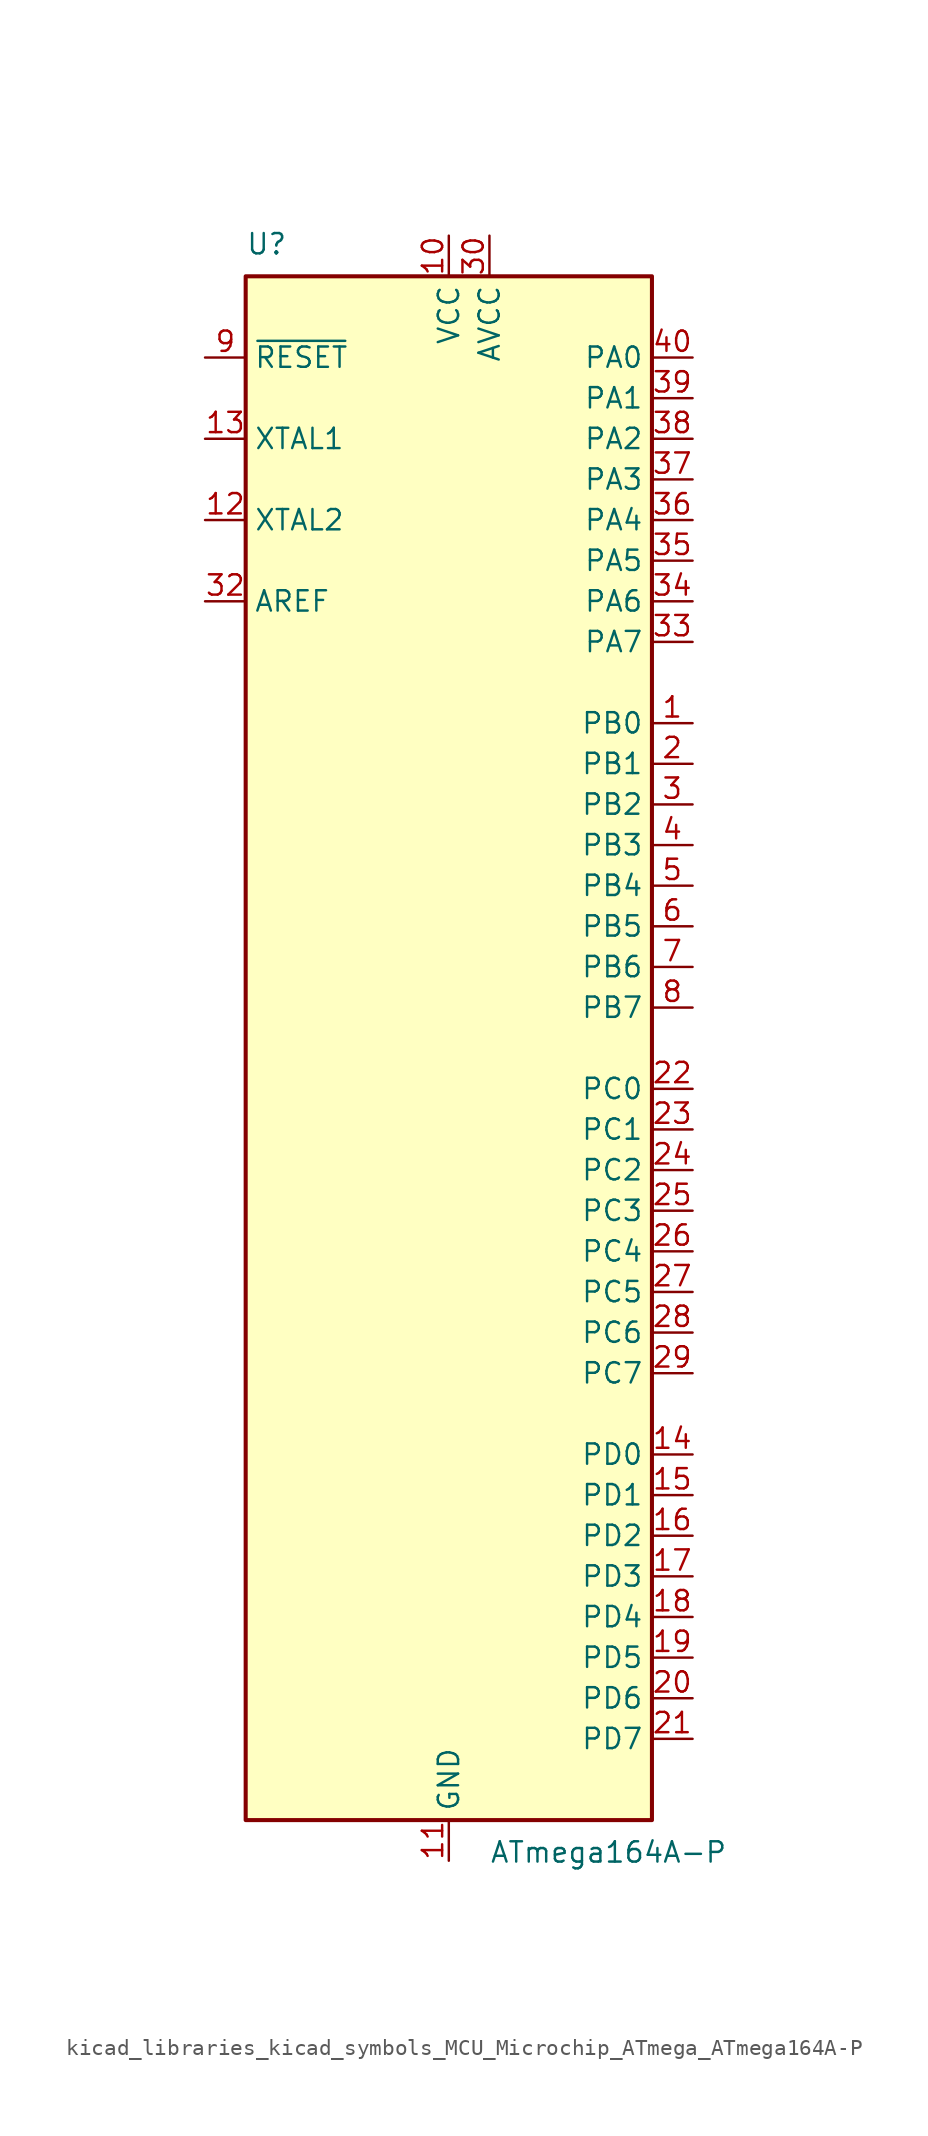
<source format=kicad_sym>
(kicad_symbol_lib
  (version 20220914)
  (generator kicad_symbol_editor)
  (symbol "kicad_libraries_kicad_symbols_MCU_Microchip_ATmega_ATmega164A-P"
    (property "Reference" "U"
      (at -12.7 49.53 0)
      (effects (font (size 1.27 1.27)) (justify left bottom)))
    (property "Value" "ATmega164A-P"
      (at 2.54 -49.53 0)
      (effects (font (size 1.27 1.27)) (justify left top)))
    (symbol "kicad_libraries_kicad_symbols_MCU_Microchip_ATmega_ATmega164A-P_0_1"
      (rectangle (start -12.7 -48.26) (end 12.7 48.26) (stroke (width 0.254) (type default)) (fill (type background))))
    (symbol "kicad_libraries_kicad_symbols_MCU_Microchip_ATmega_ATmega164A-P_1_1"
      (pin bidirectional line (at 15.24 20.32 180) (length 2.54) (name "PB0" (effects (font (size 1.27 1.27)))) (number "1" (effects (font (size 1.27 1.27)))))
      (pin power_in line (at 0 50.8 270) (length 2.54) (name "VCC" (effects (font (size 1.27 1.27)))) (number "10" (effects (font (size 1.27 1.27)))))
      (pin power_in line (at 0 -50.8 90) (length 2.54) (name "GND" (effects (font (size 1.27 1.27)))) (number "11" (effects (font (size 1.27 1.27)))))
      (pin output line (at -15.24 33.02 0) (length 2.54) (name "XTAL2" (effects (font (size 1.27 1.27)))) (number "12" (effects (font (size 1.27 1.27)))))
      (pin input line (at -15.24 38.1 0) (length 2.54) (name "XTAL1" (effects (font (size 1.27 1.27)))) (number "13" (effects (font (size 1.27 1.27)))))
      (pin bidirectional line (at 15.24 -25.4 180) (length 2.54) (name "PD0" (effects (font (size 1.27 1.27)))) (number "14" (effects (font (size 1.27 1.27)))))
      (pin bidirectional line (at 15.24 -27.94 180) (length 2.54) (name "PD1" (effects (font (size 1.27 1.27)))) (number "15" (effects (font (size 1.27 1.27)))))
      (pin bidirectional line (at 15.24 -30.48 180) (length 2.54) (name "PD2" (effects (font (size 1.27 1.27)))) (number "16" (effects (font (size 1.27 1.27)))))
      (pin bidirectional line (at 15.24 -33.02 180) (length 2.54) (name "PD3" (effects (font (size 1.27 1.27)))) (number "17" (effects (font (size 1.27 1.27)))))
      (pin bidirectional line (at 15.24 -35.56 180) (length 2.54) (name "PD4" (effects (font (size 1.27 1.27)))) (number "18" (effects (font (size 1.27 1.27)))))
      (pin bidirectional line (at 15.24 -38.1 180) (length 2.54) (name "PD5" (effects (font (size 1.27 1.27)))) (number "19" (effects (font (size 1.27 1.27)))))
      (pin bidirectional line (at 15.24 17.78 180) (length 2.54) (name "PB1" (effects (font (size 1.27 1.27)))) (number "2" (effects (font (size 1.27 1.27)))))
      (pin bidirectional line (at 15.24 -40.64 180) (length 2.54) (name "PD6" (effects (font (size 1.27 1.27)))) (number "20" (effects (font (size 1.27 1.27)))))
      (pin bidirectional line (at 15.24 -43.18 180) (length 2.54) (name "PD7" (effects (font (size 1.27 1.27)))) (number "21" (effects (font (size 1.27 1.27)))))
      (pin bidirectional line (at 15.24 -2.54 180) (length 2.54) (name "PC0" (effects (font (size 1.27 1.27)))) (number "22" (effects (font (size 1.27 1.27)))))
      (pin bidirectional line (at 15.24 -5.08 180) (length 2.54) (name "PC1" (effects (font (size 1.27 1.27)))) (number "23" (effects (font (size 1.27 1.27)))))
      (pin bidirectional line (at 15.24 -7.62 180) (length 2.54) (name "PC2" (effects (font (size 1.27 1.27)))) (number "24" (effects (font (size 1.27 1.27)))))
      (pin bidirectional line (at 15.24 -10.16 180) (length 2.54) (name "PC3" (effects (font (size 1.27 1.27)))) (number "25" (effects (font (size 1.27 1.27)))))
      (pin bidirectional line (at 15.24 -12.7 180) (length 2.54) (name "PC4" (effects (font (size 1.27 1.27)))) (number "26" (effects (font (size 1.27 1.27)))))
      (pin bidirectional line (at 15.24 -15.24 180) (length 2.54) (name "PC5" (effects (font (size 1.27 1.27)))) (number "27" (effects (font (size 1.27 1.27)))))
      (pin bidirectional line (at 15.24 -17.78 180) (length 2.54) (name "PC6" (effects (font (size 1.27 1.27)))) (number "28" (effects (font (size 1.27 1.27)))))
      (pin bidirectional line (at 15.24 -20.32 180) (length 2.54) (name "PC7" (effects (font (size 1.27 1.27)))) (number "29" (effects (font (size 1.27 1.27)))))
      (pin bidirectional line (at 15.24 15.24 180) (length 2.54) (name "PB2" (effects (font (size 1.27 1.27)))) (number "3" (effects (font (size 1.27 1.27)))))
      (pin power_in line (at 2.54 50.8 270) (length 2.54) (name "AVCC" (effects (font (size 1.27 1.27)))) (number "30" (effects (font (size 1.27 1.27)))))
      (pin passive line (at 0 -50.8 90) (length 2.54) hide (name "GND" (effects (font (size 1.27 1.27)))) (number "31" (effects (font (size 1.27 1.27)))))
      (pin passive line (at -15.24 27.94 0) (length 2.54) (name "AREF" (effects (font (size 1.27 1.27)))) (number "32" (effects (font (size 1.27 1.27)))))
      (pin bidirectional line (at 15.24 25.4 180) (length 2.54) (name "PA7" (effects (font (size 1.27 1.27)))) (number "33" (effects (font (size 1.27 1.27)))))
      (pin bidirectional line (at 15.24 27.94 180) (length 2.54) (name "PA6" (effects (font (size 1.27 1.27)))) (number "34" (effects (font (size 1.27 1.27)))))
      (pin bidirectional line (at 15.24 30.48 180) (length 2.54) (name "PA5" (effects (font (size 1.27 1.27)))) (number "35" (effects (font (size 1.27 1.27)))))
      (pin bidirectional line (at 15.24 33.02 180) (length 2.54) (name "PA4" (effects (font (size 1.27 1.27)))) (number "36" (effects (font (size 1.27 1.27)))))
      (pin bidirectional line (at 15.24 35.56 180) (length 2.54) (name "PA3" (effects (font (size 1.27 1.27)))) (number "37" (effects (font (size 1.27 1.27)))))
      (pin bidirectional line (at 15.24 38.1 180) (length 2.54) (name "PA2" (effects (font (size 1.27 1.27)))) (number "38" (effects (font (size 1.27 1.27)))))
      (pin bidirectional line (at 15.24 40.64 180) (length 2.54) (name "PA1" (effects (font (size 1.27 1.27)))) (number "39" (effects (font (size 1.27 1.27)))))
      (pin bidirectional line (at 15.24 12.7 180) (length 2.54) (name "PB3" (effects (font (size 1.27 1.27)))) (number "4" (effects (font (size 1.27 1.27)))))
      (pin bidirectional line (at 15.24 43.18 180) (length 2.54) (name "PA0" (effects (font (size 1.27 1.27)))) (number "40" (effects (font (size 1.27 1.27)))))
      (pin bidirectional line (at 15.24 10.16 180) (length 2.54) (name "PB4" (effects (font (size 1.27 1.27)))) (number "5" (effects (font (size 1.27 1.27)))))
      (pin bidirectional line (at 15.24 7.62 180) (length 2.54) (name "PB5" (effects (font (size 1.27 1.27)))) (number "6" (effects (font (size 1.27 1.27)))))
      (pin bidirectional line (at 15.24 5.08 180) (length 2.54) (name "PB6" (effects (font (size 1.27 1.27)))) (number "7" (effects (font (size 1.27 1.27)))))
      (pin bidirectional line (at 15.24 2.54 180) (length 2.54) (name "PB7" (effects (font (size 1.27 1.27)))) (number "8" (effects (font (size 1.27 1.27)))))
      (pin input line (at -15.24 43.18 0) (length 2.54) (name "~{RESET}" (effects (font (size 1.27 1.27)))) (number "9" (effects (font (size 1.27 1.27))))))))
</source>
